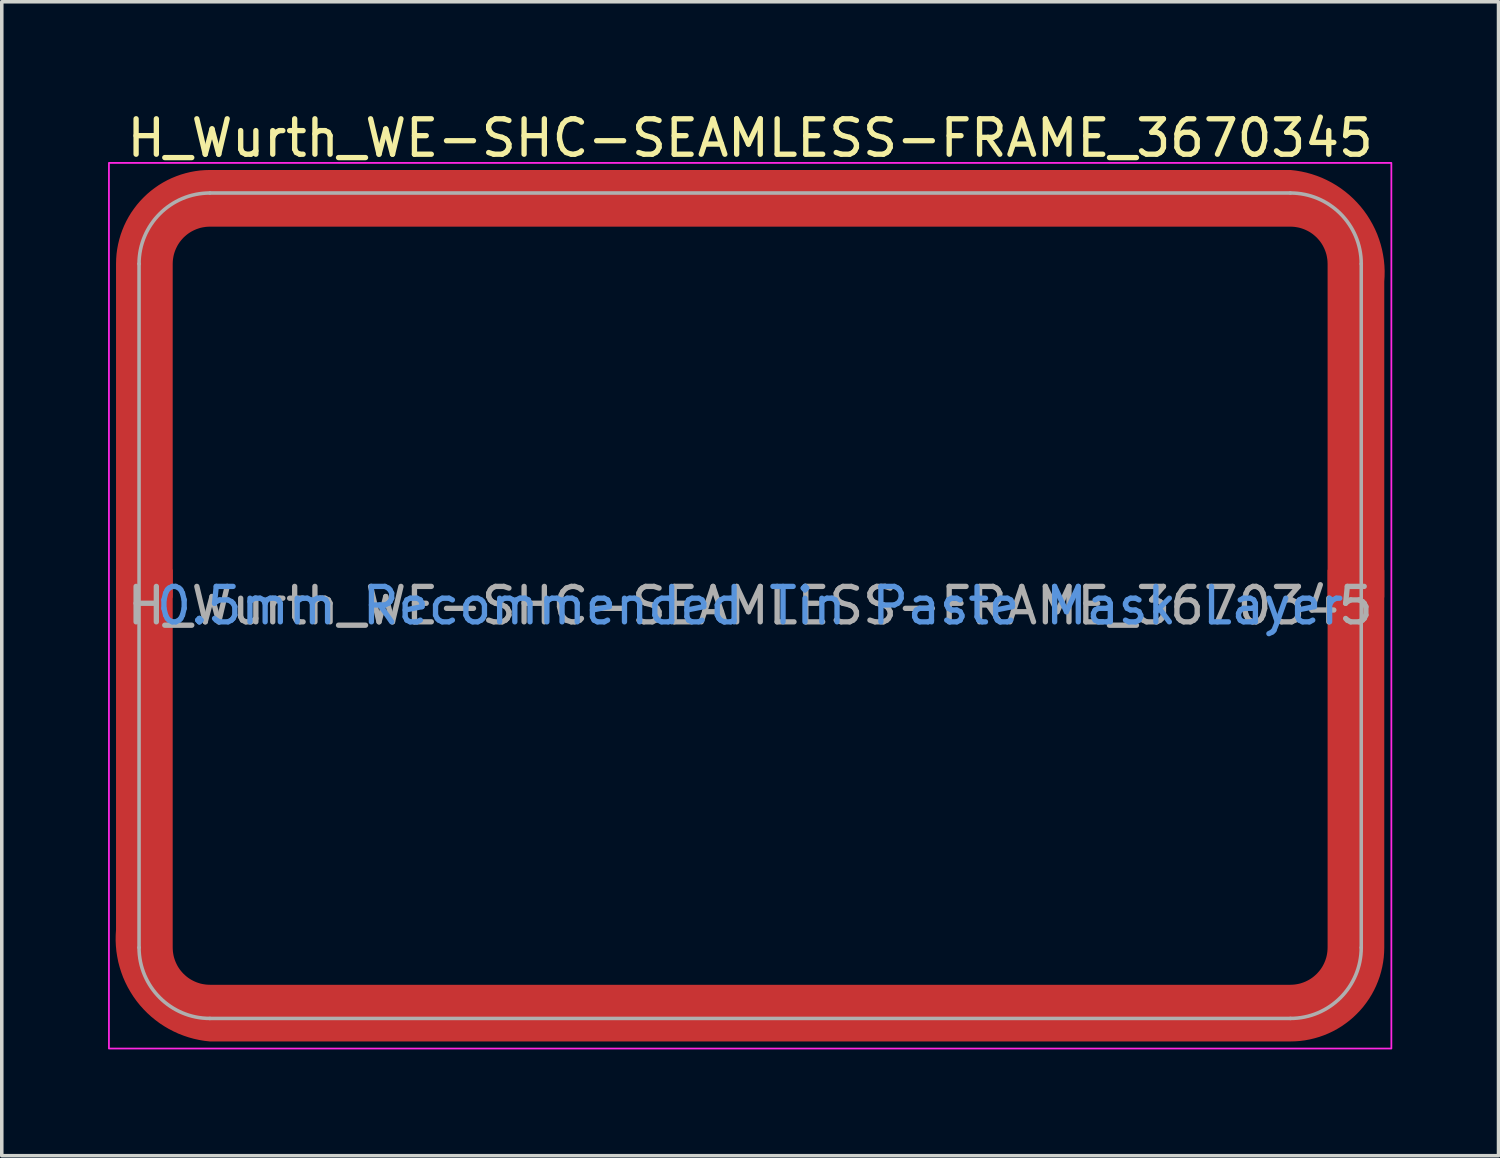
<source format=kicad_pcb>
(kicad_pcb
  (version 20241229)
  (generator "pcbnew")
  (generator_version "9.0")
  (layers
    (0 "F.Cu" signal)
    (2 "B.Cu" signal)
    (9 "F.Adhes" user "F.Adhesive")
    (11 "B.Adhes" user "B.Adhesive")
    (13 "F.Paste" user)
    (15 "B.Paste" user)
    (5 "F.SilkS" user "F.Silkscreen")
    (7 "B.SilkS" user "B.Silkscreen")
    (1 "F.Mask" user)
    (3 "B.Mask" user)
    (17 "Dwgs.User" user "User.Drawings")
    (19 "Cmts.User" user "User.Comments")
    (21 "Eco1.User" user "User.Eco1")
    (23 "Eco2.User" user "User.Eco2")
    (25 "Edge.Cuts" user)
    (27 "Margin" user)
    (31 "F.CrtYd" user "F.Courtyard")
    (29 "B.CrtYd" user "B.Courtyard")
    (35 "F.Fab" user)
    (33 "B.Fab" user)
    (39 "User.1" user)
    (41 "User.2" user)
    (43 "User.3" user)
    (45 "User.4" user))
  (footprint "H_Wurth_WE-SHC-SEAMLESS-FRAME_3670345"
    (layer "F.Cu")
    (at 18.125 14.048)
    (property "Reference" "H_Wurth_WE-SHC-SEAMLESS-FRAME_3670345" (at 0 -13.2 0) (unlocked yes) (layer "F.SilkS") (effects (font (size 1 1) (thickness 0.15))))
    (attr smd)
    (fp_poly (pts (xy -16.35 -0.25) (xy -17.85 -0.25) (xy -17.85 -9.65) (xy -17.846 -9.786) (xy -17.836 -9.922) (xy -17.818 -10.057) (xy -17.793 -10.191) (xy -17.761 -10.323) (xy -17.723 -10.453) (xy -17.677 -10.582) (xy -17.625 -10.708) (xy -17.567 -10.83) (xy -17.502 -10.95) (xy -17.431 -11.066) (xy -17.353 -11.178) (xy -17.271 -11.286) (xy -17.182 -11.39) (xy -17.088 -11.488) (xy -16.99 -11.582) (xy -16.886 -11.671) (xy -16.778 -11.753) (xy -16.666 -11.831) (xy -16.55 -11.902) (xy -16.43 -11.967) (xy -16.308 -12.025) (xy -16.182 -12.077) (xy -16.053 -12.123) (xy -15.923 -12.161) (xy -15.791 -12.193) (xy -15.657 -12.218) (xy -15.522 -12.236) (xy -15.386 -12.246) (xy -15.25 -12.25) (xy 15.25 -12.25) (xy 15.398 -12.233) (xy 15.546 -12.208) (xy 15.692 -12.176) (xy 15.836 -12.136) (xy 15.979 -12.088) (xy 16.118 -12.034) (xy 16.254 -11.971) (xy 16.387 -11.902) (xy 16.516 -11.826) (xy 16.641 -11.744) (xy 16.761 -11.654) (xy 16.877 -11.559) (xy 16.987 -11.458) (xy 17.092 -11.351) (xy 17.192 -11.239) (xy 17.285 -11.122) (xy 17.372 -11) (xy 17.452 -10.873) (xy 17.526 -10.743) (xy 17.593 -10.609) (xy 17.653 -10.472) (xy 17.705 -10.331) (xy 17.75 -10.189) (xy 17.788 -10.044) (xy 17.817 -9.897) (xy 17.84 -9.749) (xy 17.854 -9.6) (xy 17.861 -9.45) (xy 17.859 -9.3) (xy 17.85 -9.15) (xy 17.85 -0.25) (xy 16.35 -0.25) (xy 16.35 -9.65) (xy 16.348 -9.708) (xy 16.344 -9.765) (xy 16.336 -9.822) (xy 16.326 -9.879) (xy 16.313 -9.935) (xy 16.296 -9.99) (xy 16.277 -10.044) (xy 16.255 -10.097) (xy 16.23 -10.149) (xy 16.203 -10.2) (xy 16.173 -10.249) (xy 16.14 -10.297) (xy 16.105 -10.342) (xy 16.067 -10.386) (xy 16.028 -10.428) (xy 15.986 -10.467) (xy 15.942 -10.505) (xy 15.897 -10.54) (xy 15.849 -10.573) (xy 15.8 -10.603) (xy 15.749 -10.63) (xy 15.697 -10.655) (xy 15.644 -10.677) (xy 15.59 -10.696) (xy 15.535 -10.713) (xy 15.479 -10.726) (xy 15.422 -10.736) (xy 15.365 -10.744) (xy 15.308 -10.748) (xy 15.25 -10.75) (xy -15.25 -10.75) (xy -15.308 -10.748) (xy -15.365 -10.744) (xy -15.422 -10.736) (xy -15.479 -10.726) (xy -15.535 -10.713) (xy -15.59 -10.696) (xy -15.644 -10.677) (xy -15.697 -10.655) (xy -15.749 -10.63) (xy -15.8 -10.603) (xy -15.849 -10.573) (xy -15.897 -10.54) (xy -15.942 -10.505) (xy -15.986 -10.467) (xy -16.028 -10.428) (xy -16.067 -10.386) (xy -16.105 -10.342) (xy -16.14 -10.297) (xy -16.173 -10.249) (xy -16.203 -10.2) (xy -16.23 -10.149) (xy -16.255 -10.097) (xy -16.277 -10.044) (xy -16.296 -9.99) (xy -16.313 -9.935) (xy -16.326 -9.879) (xy -16.336 -9.822) (xy -16.344 -9.765) (xy -16.348 -9.708) (xy -16.35 -9.65) (xy -16.35 -0.25)) (stroke (width 0.1) (type solid)) (fill yes) (layer "F.Cu"))
    (fp_poly (pts (xy -16.35 -0.25) (xy -17.85 -0.25) (xy -17.85 -9.65) (xy -17.846 -9.786) (xy -17.836 -9.922) (xy -17.818 -10.057) (xy -17.793 -10.191) (xy -17.761 -10.323) (xy -17.723 -10.453) (xy -17.677 -10.582) (xy -17.625 -10.708) (xy -17.567 -10.83) (xy -17.502 -10.95) (xy -17.431 -11.066) (xy -17.353 -11.178) (xy -17.271 -11.286) (xy -17.182 -11.39) (xy -17.088 -11.488) (xy -16.99 -11.582) (xy -16.886 -11.671) (xy -16.778 -11.753) (xy -16.666 -11.831) (xy -16.55 -11.902) (xy -16.43 -11.967) (xy -16.308 -12.025) (xy -16.182 -12.077) (xy -16.053 -12.123) (xy -15.923 -12.161) (xy -15.791 -12.193) (xy -15.657 -12.218) (xy -15.522 -12.236) (xy -15.386 -12.246) (xy -15.25 -12.25) (xy 15.25 -12.25) (xy 15.398 -12.233) (xy 15.546 -12.208) (xy 15.692 -12.176) (xy 15.836 -12.136) (xy 15.979 -12.088) (xy 16.118 -12.034) (xy 16.254 -11.971) (xy 16.387 -11.902) (xy 16.516 -11.826) (xy 16.641 -11.744) (xy 16.761 -11.654) (xy 16.877 -11.559) (xy 16.987 -11.458) (xy 17.092 -11.351) (xy 17.192 -11.239) (xy 17.285 -11.122) (xy 17.372 -11) (xy 17.452 -10.873) (xy 17.526 -10.743) (xy 17.593 -10.609) (xy 17.653 -10.472) (xy 17.705 -10.331) (xy 17.75 -10.189) (xy 17.788 -10.044) (xy 17.817 -9.897) (xy 17.84 -9.749) (xy 17.854 -9.6) (xy 17.861 -9.45) (xy 17.859 -9.3) (xy 17.85 -9.15) (xy 17.85 -0.25) (xy 16.35 -0.25) (xy 16.35 -9.65) (xy 16.348 -9.708) (xy 16.344 -9.765) (xy 16.336 -9.822) (xy 16.326 -9.879) (xy 16.313 -9.935) (xy 16.296 -9.99) (xy 16.277 -10.044) (xy 16.255 -10.097) (xy 16.23 -10.149) (xy 16.203 -10.2) (xy 16.173 -10.249) (xy 16.14 -10.297) (xy 16.105 -10.342) (xy 16.067 -10.386) (xy 16.028 -10.428) (xy 15.986 -10.467) (xy 15.942 -10.505) (xy 15.897 -10.54) (xy 15.849 -10.573) (xy 15.8 -10.603) (xy 15.749 -10.63) (xy 15.697 -10.655) (xy 15.644 -10.677) (xy 15.59 -10.696) (xy 15.535 -10.713) (xy 15.479 -10.726) (xy 15.422 -10.736) (xy 15.365 -10.744) (xy 15.308 -10.748) (xy 15.25 -10.75) (xy -15.25 -10.75) (xy -15.308 -10.748) (xy -15.365 -10.744) (xy -15.422 -10.736) (xy -15.479 -10.726) (xy -15.535 -10.713) (xy -15.59 -10.696) (xy -15.644 -10.677) (xy -15.697 -10.655) (xy -15.749 -10.63) (xy -15.8 -10.603) (xy -15.849 -10.573) (xy -15.897 -10.54) (xy -15.942 -10.505) (xy -15.986 -10.467) (xy -16.028 -10.428) (xy -16.067 -10.386) (xy -16.105 -10.342) (xy -16.14 -10.297) (xy -16.173 -10.249) (xy -16.203 -10.2) (xy -16.23 -10.149) (xy -16.255 -10.097) (xy -16.277 -10.044) (xy -16.296 -9.99) (xy -16.313 -9.935) (xy -16.326 -9.879) (xy -16.336 -9.822) (xy -16.344 -9.765) (xy -16.348 -9.708) (xy -16.35 -9.65) (xy -16.35 -0.25)) (stroke (width 0.1) (type solid)) (fill yes) (layer "F.Mask"))
    (fp_poly (pts (xy -16.35 -0.25) (xy -17.85 -0.25) (xy -17.85 -9.65) (xy -17.846 -9.786) (xy -17.836 -9.922) (xy -17.818 -10.057) (xy -17.793 -10.191) (xy -17.761 -10.323) (xy -17.723 -10.453) (xy -17.677 -10.582) (xy -17.625 -10.708) (xy -17.567 -10.83) (xy -17.502 -10.95) (xy -17.431 -11.066) (xy -17.353 -11.178) (xy -17.271 -11.286) (xy -17.182 -11.39) (xy -17.088 -11.488) (xy -16.99 -11.582) (xy -16.886 -11.671) (xy -16.778 -11.753) (xy -16.666 -11.831) (xy -16.55 -11.902) (xy -16.43 -11.967) (xy -16.308 -12.025) (xy -16.182 -12.077) (xy -16.053 -12.123) (xy -15.923 -12.161) (xy -15.791 -12.193) (xy -15.657 -12.218) (xy -15.522 -12.236) (xy -15.386 -12.246) (xy -15.25 -12.25) (xy 15.25 -12.25) (xy 15.398 -12.233) (xy 15.546 -12.208) (xy 15.692 -12.176) (xy 15.836 -12.136) (xy 15.979 -12.088) (xy 16.118 -12.034) (xy 16.254 -11.971) (xy 16.387 -11.902) (xy 16.516 -11.826) (xy 16.641 -11.744) (xy 16.761 -11.654) (xy 16.877 -11.559) (xy 16.987 -11.458) (xy 17.092 -11.351) (xy 17.192 -11.239) (xy 17.285 -11.122) (xy 17.372 -11) (xy 17.452 -10.873) (xy 17.526 -10.743) (xy 17.593 -10.609) (xy 17.653 -10.472) (xy 17.705 -10.331) (xy 17.75 -10.189) (xy 17.788 -10.044) (xy 17.817 -9.897) (xy 17.84 -9.749) (xy 17.854 -9.6) (xy 17.861 -9.45) (xy 17.859 -9.3) (xy 17.85 -9.15) (xy 17.85 -0.25) (xy 16.35 -0.25) (xy 16.35 -9.65) (xy 16.348 -9.708) (xy 16.344 -9.765) (xy 16.336 -9.822) (xy 16.326 -9.879) (xy 16.313 -9.935) (xy 16.296 -9.99) (xy 16.277 -10.044) (xy 16.255 -10.097) (xy 16.23 -10.149) (xy 16.203 -10.2) (xy 16.173 -10.249) (xy 16.14 -10.297) (xy 16.105 -10.342) (xy 16.067 -10.386) (xy 16.028 -10.428) (xy 15.986 -10.467) (xy 15.942 -10.505) (xy 15.897 -10.54) (xy 15.849 -10.573) (xy 15.8 -10.603) (xy 15.749 -10.63) (xy 15.697 -10.655) (xy 15.644 -10.677) (xy 15.59 -10.696) (xy 15.535 -10.713) (xy 15.479 -10.726) (xy 15.422 -10.736) (xy 15.365 -10.744) (xy 15.308 -10.748) (xy 15.25 -10.75) (xy -15.25 -10.75) (xy -15.308 -10.748) (xy -15.365 -10.744) (xy -15.422 -10.736) (xy -15.479 -10.726) (xy -15.535 -10.713) (xy -15.59 -10.696) (xy -15.644 -10.677) (xy -15.697 -10.655) (xy -15.749 -10.63) (xy -15.8 -10.603) (xy -15.849 -10.573) (xy -15.897 -10.54) (xy -15.942 -10.505) (xy -15.986 -10.467) (xy -16.028 -10.428) (xy -16.067 -10.386) (xy -16.105 -10.342) (xy -16.14 -10.297) (xy -16.173 -10.249) (xy -16.203 -10.2) (xy -16.23 -10.149) (xy -16.255 -10.097) (xy -16.277 -10.044) (xy -16.296 -9.99) (xy -16.313 -9.935) (xy -16.326 -9.879) (xy -16.336 -9.822) (xy -16.344 -9.765) (xy -16.348 -9.708) (xy -16.35 -9.65) (xy -16.35 -0.25)) (stroke (width 0.1) (type solid)) (fill yes) (layer "F.Paste"))
    (fp_rect (start -18.1 -12.5) (end 18.1 12.5) (stroke (width 0.05) (type solid)) (fill no) (layer "F.CrtYd"))
    (fp_line (start -17.25 9.65) (end -17.25 -9.65) (stroke (width 0.1) (type solid)) (layer "F.Fab"))
    (fp_line (start -15.25 -11.65) (end 15.25 -11.65) (stroke (width 0.1) (type solid)) (layer "F.Fab"))
    (fp_line (start -15.25 11.65) (end 15.25 11.65) (stroke (width 0.1) (type solid)) (layer "F.Fab"))
    (fp_line (start 17.25 9.65) (end 17.25 -9.65) (stroke (width 0.1) (type solid)) (layer "F.Fab"))
    (fp_arc (start -17.25 -9.65) (mid -16.664214 -11.064214) (end -15.25 -11.65) (stroke (width 0.1) (type default)) (layer "F.Fab"))
    (fp_arc (start -15.25 11.65) (mid -16.664214 11.064214) (end -17.25 9.65) (stroke (width 0.1) (type default)) (layer "F.Fab"))
    (fp_arc (start 15.25 -11.65) (mid 16.664214 -11.064214) (end 17.25 -9.65) (stroke (width 0.1) (type default)) (layer "F.Fab"))
    (fp_arc (start 17.25 9.65) (mid 16.664214 11.064214) (end 15.25 11.65) (stroke (width 0.1) (type default)) (layer "F.Fab"))
    (fp_text user "0.5mm Recommended Tin Paste Mask Layer" (at 0 0 0) (unlocked yes) (layer "Cmts.User") (effects (font (size 1 1) (thickness 0.15))))
    (fp_text user "${REFERENCE}" (at 0 0 0) (unlocked yes) (layer "F.Fab") (effects (font (size 1 1) (thickness 0.15))))
    (pad "1" smd custom (at 17.1 0) (size 1.5 19.3) (layers "F.Cu" "F.Mask" "F.Paste") (options (anchor rect)) (primitives (gr_poly (pts (xy -0.75 -1) (xy 0.75 -1) (xy 0.75 9.65) (xy 0.746 9.786) (xy 0.736 9.922) (xy 0.718 10.057) (xy 0.693 10.191) (xy 0.661 10.323) (xy 0.623 10.453) (xy 0.577 10.582) (xy 0.525 10.708) (xy 0.467 10.83) (xy 0.402 10.95) (xy 0.331 11.066) (xy 0.253 11.178) (xy 0.171 11.286) (xy 0.082 11.39) (xy -0.012 11.488) (xy -0.11 11.582) (xy -0.214 11.671) (xy -0.322 11.753) (xy -0.434 11.831) (xy -0.55 11.902) (xy -0.67 11.967) (xy -0.792 12.025) (xy -0.918 12.077) (xy -1.047 12.123) (xy -1.177 12.161) (xy -1.309 12.193) (xy -1.443 12.218) (xy -1.578 12.236) (xy -1.714 12.246) (xy -1.85 12.25) (xy -32.35 12.25) (xy -32.498 12.233) (xy -32.646 12.208) (xy -32.792 12.176) (xy -32.936 12.136) (xy -33.079 12.088) (xy -33.218 12.034) (xy -33.354 11.971) (xy -33.487 11.902) (xy -33.616 11.826) (xy -33.741 11.744) (xy -33.861 11.654) (xy -33.977 11.559) (xy -34.087 11.458) (xy -34.192 11.351) (xy -34.292 11.239) (xy -34.385 11.122) (xy -34.472 11) (xy -34.552 10.873) (xy -34.626 10.743) (xy -34.693 10.609) (xy -34.753 10.472) (xy -34.805 10.331) (xy -34.85 10.189) (xy -34.888 10.044) (xy -34.917 9.897) (xy -34.94 9.749) (xy -34.954 9.6) (xy -34.961 9.45) (xy -34.959 9.3) (xy -34.95 9.15) (xy -34.95 -1) (xy -33.45 -1) (xy -33.45 9.65) (xy -33.448 9.708) (xy -33.444 9.765) (xy -33.436 9.822) (xy -33.426 9.879) (xy -33.413 9.935) (xy -33.396 9.99) (xy -33.377 10.044) (xy -33.355 10.097) (xy -33.33 10.149) (xy -33.303 10.2) (xy -33.273 10.249) (xy -33.24 10.297) (xy -33.205 10.342) (xy -33.167 10.386) (xy -33.128 10.428) (xy -33.086 10.467) (xy -33.042 10.505) (xy -32.997 10.54) (xy -32.949 10.573) (xy -32.9 10.603) (xy -32.849 10.63) (xy -32.797 10.655) (xy -32.744 10.677) (xy -32.69 10.696) (xy -32.635 10.713) (xy -32.579 10.726) (xy -32.522 10.736) (xy -32.465 10.744) (xy -32.408 10.748) (xy -32.35 10.75) (xy -1.85 10.75) (xy -1.792 10.748) (xy -1.735 10.744) (xy -1.678 10.736) (xy -1.621 10.726) (xy -1.565 10.713) (xy -1.51 10.696) (xy -1.456 10.677) (xy -1.403 10.655) (xy -1.351 10.63) (xy -1.3 10.603) (xy -1.251 10.573) (xy -1.203 10.54) (xy -1.158 10.505) (xy -1.114 10.467) (xy -1.072 10.428) (xy -1.033 10.386) (xy -0.995 10.342) (xy -0.96 10.297) (xy -0.927 10.249) (xy -0.897 10.2) (xy -0.87 10.149) (xy -0.845 10.097) (xy -0.823 10.044) (xy -0.804 9.99) (xy -0.787 9.935) (xy -0.774 9.879) (xy -0.764 9.822) (xy -0.756 9.765) (xy -0.752 9.708) (xy -0.75 9.65) (xy -0.75 -1)) (width 0.1) (fill yes)))))
  (gr_rect
    (start -3 -3)
    (end 39.25 29.573)
    (stroke (width 0.1) (type default))
    (fill no)
    (layer "Edge.Cuts")))
</source>
